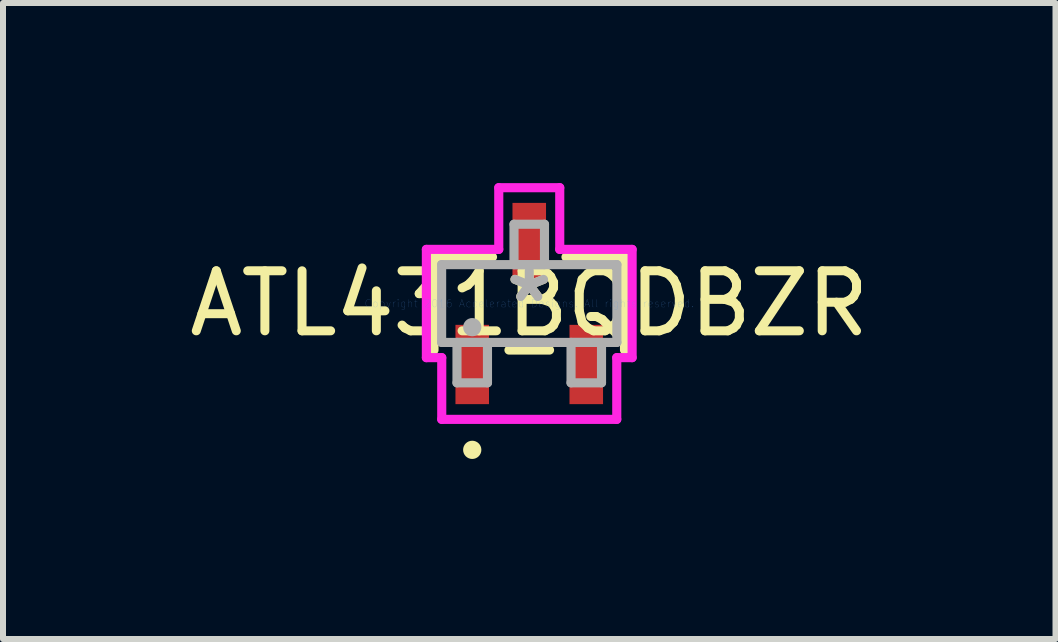
<source format=kicad_pcb>
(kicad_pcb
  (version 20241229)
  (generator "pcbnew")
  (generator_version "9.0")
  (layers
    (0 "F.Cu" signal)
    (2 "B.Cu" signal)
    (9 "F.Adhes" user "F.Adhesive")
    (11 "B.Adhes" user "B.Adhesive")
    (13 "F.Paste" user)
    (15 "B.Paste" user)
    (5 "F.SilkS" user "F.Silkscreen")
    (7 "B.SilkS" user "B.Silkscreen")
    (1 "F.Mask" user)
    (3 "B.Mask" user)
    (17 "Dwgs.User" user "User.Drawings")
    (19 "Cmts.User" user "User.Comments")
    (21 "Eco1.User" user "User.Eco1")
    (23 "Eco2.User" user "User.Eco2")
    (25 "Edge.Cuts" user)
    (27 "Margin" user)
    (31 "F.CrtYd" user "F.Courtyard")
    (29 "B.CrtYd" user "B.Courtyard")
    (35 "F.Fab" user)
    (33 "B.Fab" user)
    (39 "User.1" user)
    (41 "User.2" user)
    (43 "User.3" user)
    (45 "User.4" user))
  (footprint "ATL431BQDBZR"
    (layer "F.Cu")
    (at 5.768 2.007)
    (property "Reference" "ATL431BQDBZR" (at 0 0 0) (layer "F.SilkS") (effects (font (size 1 1) (thickness 0.15))))
    (attr through_hole)
    (fp_line (start -1.587 -0.775) (end -1.587 0.775) (stroke (width 0.152) (type solid)) (layer "F.SilkS"))
    (fp_line (start -0.612 -0.775) (end -1.587 -0.775) (stroke (width 0.152) (type solid)) (layer "F.SilkS"))
    (fp_line (start -0.338 0.775) (end 0.338 0.775) (stroke (width 0.152) (type solid)) (layer "F.SilkS"))
    (fp_line (start 1.587 -0.775) (end 0.612 -0.775) (stroke (width 0.152) (type solid)) (layer "F.SilkS"))
    (fp_line (start 1.587 0.775) (end 1.587 -0.775) (stroke (width 0.152) (type solid)) (layer "F.SilkS"))
    (fp_circle (center -0.95 2.438) (end -0.874 2.438) (stroke (width 0.152) (type solid)) (fill no) (layer "F.SilkS"))
    (fp_line (start -1.714 -0.902) (end -0.508 -0.902) (stroke (width 0.152) (type solid)) (layer "F.CrtYd"))
    (fp_line (start -1.714 0.902) (end -1.714 -0.902) (stroke (width 0.152) (type solid)) (layer "F.CrtYd"))
    (fp_line (start -1.458 0.902) (end -1.714 0.902) (stroke (width 0.152) (type solid)) (layer "F.CrtYd"))
    (fp_line (start -1.458 1.93) (end -1.458 0.902) (stroke (width 0.152) (type solid)) (layer "F.CrtYd"))
    (fp_line (start -0.508 -1.93) (end 0.508 -1.93) (stroke (width 0.152) (type solid)) (layer "F.CrtYd"))
    (fp_line (start -0.508 -0.902) (end -0.508 -1.93) (stroke (width 0.152) (type solid)) (layer "F.CrtYd"))
    (fp_line (start 0.508 -1.93) (end 0.508 -0.902) (stroke (width 0.152) (type solid)) (layer "F.CrtYd"))
    (fp_line (start 0.508 -0.902) (end 1.714 -0.902) (stroke (width 0.152) (type solid)) (layer "F.CrtYd"))
    (fp_line (start 1.458 0.902) (end 1.458 1.93) (stroke (width 0.152) (type solid)) (layer "F.CrtYd"))
    (fp_line (start 1.458 1.93) (end -1.458 1.93) (stroke (width 0.152) (type solid)) (layer "F.CrtYd"))
    (fp_line (start 1.714 -0.902) (end 1.714 0.902) (stroke (width 0.152) (type solid)) (layer "F.CrtYd"))
    (fp_line (start 1.714 0.902) (end 1.458 0.902) (stroke (width 0.152) (type solid)) (layer "F.CrtYd"))
    (fp_line (start -1.46 -0.648) (end -1.46 0.648) (stroke (width 0.152) (type solid)) (layer "F.Fab"))
    (fp_line (start -1.46 0.648) (end 1.46 0.648) (stroke (width 0.152) (type solid)) (layer "F.Fab"))
    (fp_line (start -1.204 0.648) (end -1.204 1.321) (stroke (width 0.152) (type solid)) (layer "F.Fab"))
    (fp_line (start -1.204 1.321) (end -0.696 1.321) (stroke (width 0.152) (type solid)) (layer "F.Fab"))
    (fp_line (start -0.696 0.648) (end -1.204 0.648) (stroke (width 0.152) (type solid)) (layer "F.Fab"))
    (fp_line (start -0.696 1.321) (end -0.696 0.648) (stroke (width 0.152) (type solid)) (layer "F.Fab"))
    (fp_line (start -0.254 -1.321) (end -0.254 -0.648) (stroke (width 0.152) (type solid)) (layer "F.Fab"))
    (fp_line (start -0.254 -0.648) (end 0.254 -0.648) (stroke (width 0.152) (type solid)) (layer "F.Fab"))
    (fp_line (start 0.254 -1.321) (end -0.254 -1.321) (stroke (width 0.152) (type solid)) (layer "F.Fab"))
    (fp_line (start 0.254 -0.648) (end 0.254 -1.321) (stroke (width 0.152) (type solid)) (layer "F.Fab"))
    (fp_line (start 0.696 0.648) (end 0.696 1.321) (stroke (width 0.152) (type solid)) (layer "F.Fab"))
    (fp_line (start 0.696 1.321) (end 1.204 1.321) (stroke (width 0.152) (type solid)) (layer "F.Fab"))
    (fp_line (start 1.204 0.648) (end 0.696 0.648) (stroke (width 0.152) (type solid)) (layer "F.Fab"))
    (fp_line (start 1.204 1.321) (end 1.204 0.648) (stroke (width 0.152) (type solid)) (layer "F.Fab"))
    (fp_line (start 1.46 -0.648) (end -1.46 -0.648) (stroke (width 0.152) (type solid)) (layer "F.Fab"))
    (fp_line (start 1.46 0.648) (end 1.46 -0.648) (stroke (width 0.152) (type solid)) (layer "F.Fab"))
    (fp_circle (center -0.95 0.394) (end -0.874 0.394) (stroke (width 0.152) (type solid)) (fill no) (layer "F.Fab"))
    (fp_text user "*" (at 0 0 0) (layer "F.SilkS") (effects (font (size 1 1) (thickness 0.15))))
    (fp_text user "Copyright 2016 Accelerated Designs. All rights reserved." (at 0 0 0) (layer "Cmts.User") (effects (font (size 0.127 0.127) (thickness 0.002))))
    (fp_text user "*" (at 0 0 0) (layer "F.Fab") (effects (font (size 1 1) (thickness 0.15))))
    (pad "1" smd rect (at -0.95 1.016) (size 0.559 1.321) (layers "F.Cu" "F.Mask" "F.Paste"))
    (pad "2" smd rect (at 0.95 1.016) (size 0.559 1.321) (layers "F.Cu" "F.Mask" "F.Paste"))
    (pad "3" smd rect (at 0 -1.016) (size 0.559 1.321) (layers "F.Cu" "F.Mask" "F.Paste")))
  (gr_rect
    (start -3 -3)
    (end 14.536 7.597)
    (stroke (width 0.1) (type default))
    (fill no)
    (layer "Edge.Cuts")))
</source>
